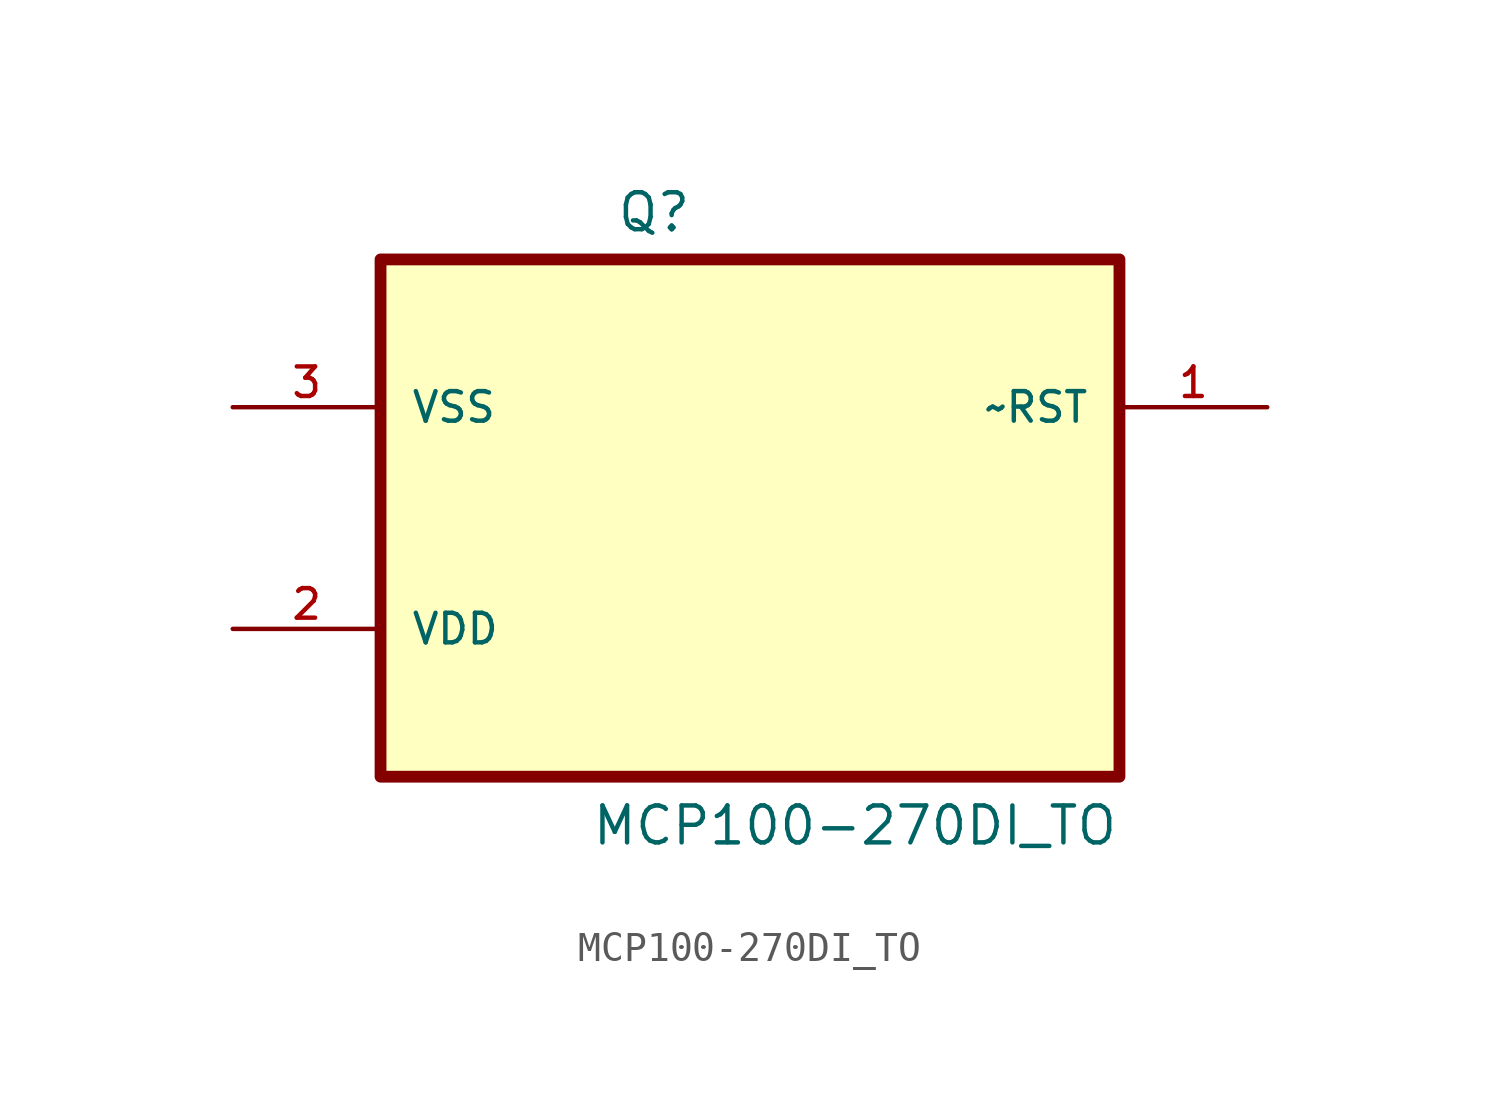
<source format=kicad_sym>
(kicad_symbol_lib
  (version 20211014)
  (generator kicad_symbol_editor)
  (symbol "MCP100-270DI_TO"
    (pin_names
      (offset 1.016))
    (property "Reference" "Q"
      (at -4.607 5.956 0.0)
      (effects (font (size 1.27 1.27)) (justify bottom left)))
    (property "Value" "MCP100-270DI_TO"
      (at -5.474 -15.122 0.0)
      (effects (font (size 1.27 1.27)) (justify bottom left)))
    (symbol "MCP100-270DI_TO_0_0"
      (rectangle (start -12.7 -12.7) (end 12.7 5.08) (stroke (width 0.406)) (fill (type background)))
      (pin passive line (at -17.78 0.0 0) (length 5.08) (name "VSS" (effects (font (size 1.016 1.016)))) (number "3" (effects (font (size 1.016 1.016)))))
      (pin power_in line (at -17.78 -7.62 0) (length 5.08) (name "VDD" (effects (font (size 1.016 1.016)))) (number "2" (effects (font (size 1.016 1.016)))))
      (pin output line (at 17.78 0.0 180.0) (length 5.08) (name "~RST" (effects (font (size 1.016 1.016)))) (number "1" (effects (font (size 1.016 1.016))))))))
</source>
